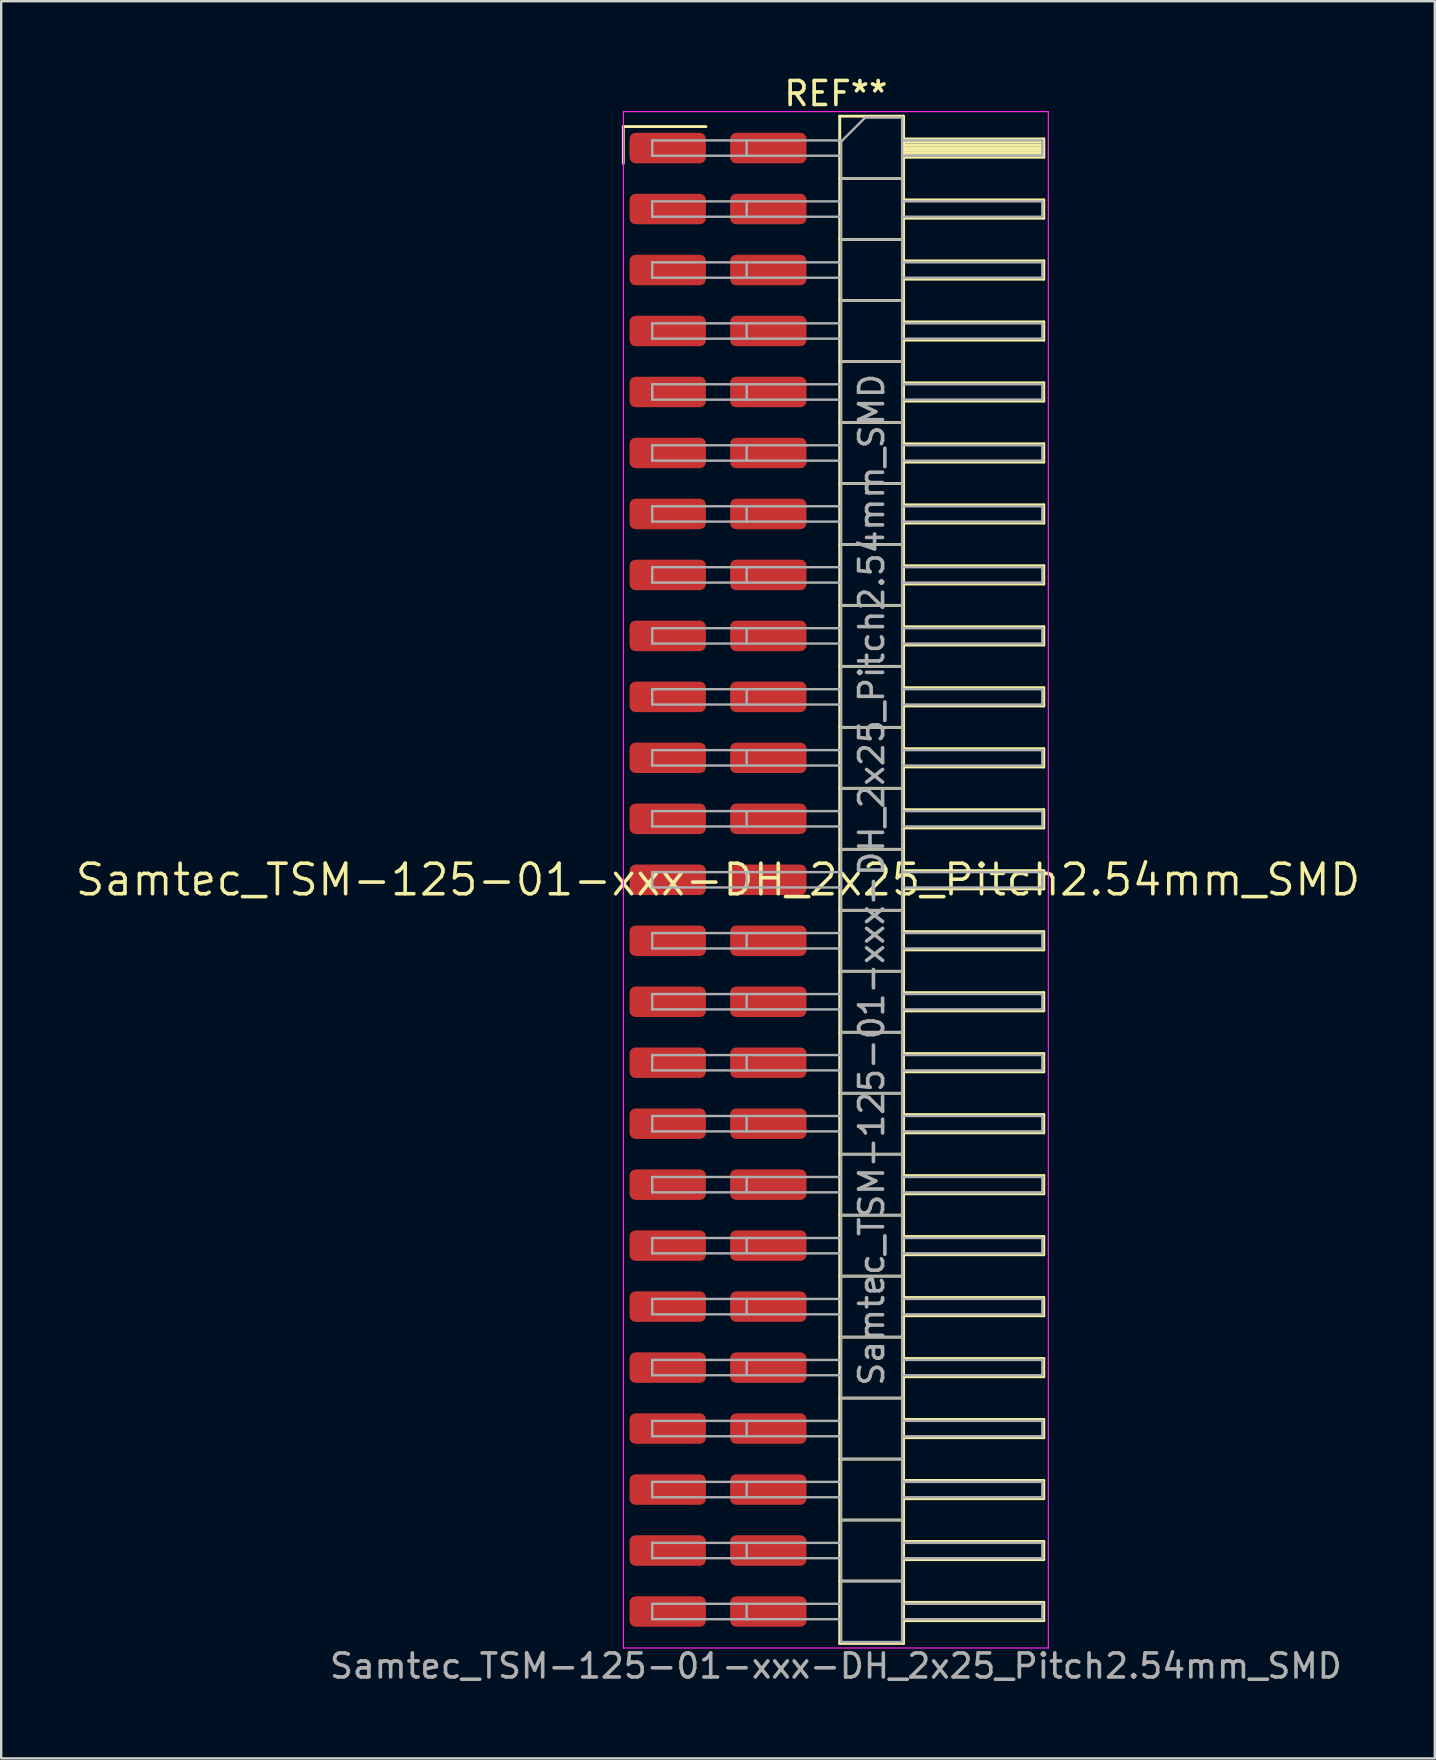
<source format=kicad_pcb>
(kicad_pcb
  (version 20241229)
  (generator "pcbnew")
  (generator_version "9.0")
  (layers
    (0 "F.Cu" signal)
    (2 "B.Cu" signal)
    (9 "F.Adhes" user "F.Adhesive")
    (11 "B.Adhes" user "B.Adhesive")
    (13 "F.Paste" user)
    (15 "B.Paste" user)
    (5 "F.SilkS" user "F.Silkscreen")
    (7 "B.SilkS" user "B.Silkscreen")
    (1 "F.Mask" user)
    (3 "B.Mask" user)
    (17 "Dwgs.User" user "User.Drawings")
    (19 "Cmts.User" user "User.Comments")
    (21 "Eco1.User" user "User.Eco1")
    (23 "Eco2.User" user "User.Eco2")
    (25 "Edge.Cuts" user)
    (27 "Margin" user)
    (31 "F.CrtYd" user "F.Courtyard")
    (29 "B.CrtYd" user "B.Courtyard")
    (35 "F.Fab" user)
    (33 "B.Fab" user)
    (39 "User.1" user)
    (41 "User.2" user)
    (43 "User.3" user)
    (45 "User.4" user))
  (footprint "Samtec_TSM-125-01-xxx-DH_2x25_Pitch2.54mm_SMD"
    (layer "F.Cu")
    (at 26.859 33.598)
    (property "Reference" "Samtec_TSM-125-01-xxx-DH_2x25_Pitch2.54mm_SMD" (at 0 0 0) (layer "F.SilkS") (effects (font (size 1.27 1.27) (thickness 0.15))))
    (attr smd)
    (fp_line (start -3.945 -31.375) (end -0.505 -31.375) (stroke (width 0.12) (type solid)) (layer "F.SilkS"))
    (fp_line (start -3.945 -29.845) (end -3.945 -31.375) (stroke (width 0.12) (type solid)) (layer "F.SilkS"))
    (fp_line (start 5.07 -31.81) (end 7.73 -31.81) (stroke (width 0.12) (type solid)) (layer "F.SilkS"))
    (fp_line (start 5.07 -29.21) (end 7.73 -29.21) (stroke (width 0.12) (type solid)) (layer "F.SilkS"))
    (fp_line (start 5.07 -26.67) (end 7.73 -26.67) (stroke (width 0.12) (type solid)) (layer "F.SilkS"))
    (fp_line (start 5.07 -24.13) (end 7.73 -24.13) (stroke (width 0.12) (type solid)) (layer "F.SilkS"))
    (fp_line (start 5.07 -21.59) (end 7.73 -21.59) (stroke (width 0.12) (type solid)) (layer "F.SilkS"))
    (fp_line (start 5.07 -19.05) (end 7.73 -19.05) (stroke (width 0.12) (type solid)) (layer "F.SilkS"))
    (fp_line (start 5.07 -16.51) (end 7.73 -16.51) (stroke (width 0.12) (type solid)) (layer "F.SilkS"))
    (fp_line (start 5.07 -13.97) (end 7.73 -13.97) (stroke (width 0.12) (type solid)) (layer "F.SilkS"))
    (fp_line (start 5.07 -11.43) (end 7.73 -11.43) (stroke (width 0.12) (type solid)) (layer "F.SilkS"))
    (fp_line (start 5.07 -8.89) (end 7.73 -8.89) (stroke (width 0.12) (type solid)) (layer "F.SilkS"))
    (fp_line (start 5.07 -6.35) (end 7.73 -6.35) (stroke (width 0.12) (type solid)) (layer "F.SilkS"))
    (fp_line (start 5.07 -3.81) (end 7.73 -3.81) (stroke (width 0.12) (type solid)) (layer "F.SilkS"))
    (fp_line (start 5.07 -1.27) (end 7.73 -1.27) (stroke (width 0.12) (type solid)) (layer "F.SilkS"))
    (fp_line (start 5.07 1.27) (end 7.73 1.27) (stroke (width 0.12) (type solid)) (layer "F.SilkS"))
    (fp_line (start 5.07 3.81) (end 7.73 3.81) (stroke (width 0.12) (type solid)) (layer "F.SilkS"))
    (fp_line (start 5.07 6.35) (end 7.73 6.35) (stroke (width 0.12) (type solid)) (layer "F.SilkS"))
    (fp_line (start 5.07 8.89) (end 7.73 8.89) (stroke (width 0.12) (type solid)) (layer "F.SilkS"))
    (fp_line (start 5.07 11.43) (end 7.73 11.43) (stroke (width 0.12) (type solid)) (layer "F.SilkS"))
    (fp_line (start 5.07 13.97) (end 7.73 13.97) (stroke (width 0.12) (type solid)) (layer "F.SilkS"))
    (fp_line (start 5.07 16.51) (end 7.73 16.51) (stroke (width 0.12) (type solid)) (layer "F.SilkS"))
    (fp_line (start 5.07 19.05) (end 7.73 19.05) (stroke (width 0.12) (type solid)) (layer "F.SilkS"))
    (fp_line (start 5.07 21.59) (end 7.73 21.59) (stroke (width 0.12) (type solid)) (layer "F.SilkS"))
    (fp_line (start 5.07 24.13) (end 7.73 24.13) (stroke (width 0.12) (type solid)) (layer "F.SilkS"))
    (fp_line (start 5.07 26.67) (end 7.73 26.67) (stroke (width 0.12) (type solid)) (layer "F.SilkS"))
    (fp_line (start 5.07 29.21) (end 7.73 29.21) (stroke (width 0.12) (type solid)) (layer "F.SilkS"))
    (fp_line (start 5.07 31.81) (end 5.07 -31.81) (stroke (width 0.12) (type solid)) (layer "F.SilkS"))
    (fp_line (start 7.73 -31.81) (end 7.73 31.81) (stroke (width 0.12) (type solid)) (layer "F.SilkS"))
    (fp_line (start 7.73 -30.86) (end 13.57 -30.86) (stroke (width 0.12) (type solid)) (layer "F.SilkS"))
    (fp_line (start 7.73 -30.74) (end 13.57 -30.74) (stroke (width 0.12) (type solid)) (layer "F.SilkS"))
    (fp_line (start 7.73 -30.62) (end 13.57 -30.62) (stroke (width 0.12) (type solid)) (layer "F.SilkS"))
    (fp_line (start 7.73 -30.5) (end 13.57 -30.5) (stroke (width 0.12) (type solid)) (layer "F.SilkS"))
    (fp_line (start 7.73 -30.38) (end 13.57 -30.38) (stroke (width 0.12) (type solid)) (layer "F.SilkS"))
    (fp_line (start 7.73 -30.26) (end 13.57 -30.26) (stroke (width 0.12) (type solid)) (layer "F.SilkS"))
    (fp_line (start 7.73 -30.14) (end 13.57 -30.14) (stroke (width 0.12) (type solid)) (layer "F.SilkS"))
    (fp_line (start 7.73 -30.1) (end 13.57 -30.1) (stroke (width 0.12) (type solid)) (layer "F.SilkS"))
    (fp_line (start 7.73 -28.32) (end 13.57 -28.32) (stroke (width 0.12) (type solid)) (layer "F.SilkS"))
    (fp_line (start 7.73 -27.56) (end 13.57 -27.56) (stroke (width 0.12) (type solid)) (layer "F.SilkS"))
    (fp_line (start 7.73 -25.78) (end 13.57 -25.78) (stroke (width 0.12) (type solid)) (layer "F.SilkS"))
    (fp_line (start 7.73 -25.02) (end 13.57 -25.02) (stroke (width 0.12) (type solid)) (layer "F.SilkS"))
    (fp_line (start 7.73 -23.24) (end 13.57 -23.24) (stroke (width 0.12) (type solid)) (layer "F.SilkS"))
    (fp_line (start 7.73 -22.48) (end 13.57 -22.48) (stroke (width 0.12) (type solid)) (layer "F.SilkS"))
    (fp_line (start 7.73 -20.7) (end 13.57 -20.7) (stroke (width 0.12) (type solid)) (layer "F.SilkS"))
    (fp_line (start 7.73 -19.94) (end 13.57 -19.94) (stroke (width 0.12) (type solid)) (layer "F.SilkS"))
    (fp_line (start 7.73 -18.16) (end 13.57 -18.16) (stroke (width 0.12) (type solid)) (layer "F.SilkS"))
    (fp_line (start 7.73 -17.4) (end 13.57 -17.4) (stroke (width 0.12) (type solid)) (layer "F.SilkS"))
    (fp_line (start 7.73 -15.62) (end 13.57 -15.62) (stroke (width 0.12) (type solid)) (layer "F.SilkS"))
    (fp_line (start 7.73 -14.86) (end 13.57 -14.86) (stroke (width 0.12) (type solid)) (layer "F.SilkS"))
    (fp_line (start 7.73 -13.08) (end 13.57 -13.08) (stroke (width 0.12) (type solid)) (layer "F.SilkS"))
    (fp_line (start 7.73 -12.32) (end 13.57 -12.32) (stroke (width 0.12) (type solid)) (layer "F.SilkS"))
    (fp_line (start 7.73 -10.54) (end 13.57 -10.54) (stroke (width 0.12) (type solid)) (layer "F.SilkS"))
    (fp_line (start 7.73 -9.78) (end 13.57 -9.78) (stroke (width 0.12) (type solid)) (layer "F.SilkS"))
    (fp_line (start 7.73 -8) (end 13.57 -8) (stroke (width 0.12) (type solid)) (layer "F.SilkS"))
    (fp_line (start 7.73 -7.24) (end 13.57 -7.24) (stroke (width 0.12) (type solid)) (layer "F.SilkS"))
    (fp_line (start 7.73 -5.46) (end 13.57 -5.46) (stroke (width 0.12) (type solid)) (layer "F.SilkS"))
    (fp_line (start 7.73 -4.7) (end 13.57 -4.7) (stroke (width 0.12) (type solid)) (layer "F.SilkS"))
    (fp_line (start 7.73 -2.92) (end 13.57 -2.92) (stroke (width 0.12) (type solid)) (layer "F.SilkS"))
    (fp_line (start 7.73 -2.16) (end 13.57 -2.16) (stroke (width 0.12) (type solid)) (layer "F.SilkS"))
    (fp_line (start 7.73 -0.38) (end 13.57 -0.38) (stroke (width 0.12) (type solid)) (layer "F.SilkS"))
    (fp_line (start 7.73 0.38) (end 13.57 0.38) (stroke (width 0.12) (type solid)) (layer "F.SilkS"))
    (fp_line (start 7.73 2.16) (end 13.57 2.16) (stroke (width 0.12) (type solid)) (layer "F.SilkS"))
    (fp_line (start 7.73 2.92) (end 13.57 2.92) (stroke (width 0.12) (type solid)) (layer "F.SilkS"))
    (fp_line (start 7.73 4.7) (end 13.57 4.7) (stroke (width 0.12) (type solid)) (layer "F.SilkS"))
    (fp_line (start 7.73 5.46) (end 13.57 5.46) (stroke (width 0.12) (type solid)) (layer "F.SilkS"))
    (fp_line (start 7.73 7.24) (end 13.57 7.24) (stroke (width 0.12) (type solid)) (layer "F.SilkS"))
    (fp_line (start 7.73 8) (end 13.57 8) (stroke (width 0.12) (type solid)) (layer "F.SilkS"))
    (fp_line (start 7.73 9.78) (end 13.57 9.78) (stroke (width 0.12) (type solid)) (layer "F.SilkS"))
    (fp_line (start 7.73 10.54) (end 13.57 10.54) (stroke (width 0.12) (type solid)) (layer "F.SilkS"))
    (fp_line (start 7.73 12.32) (end 13.57 12.32) (stroke (width 0.12) (type solid)) (layer "F.SilkS"))
    (fp_line (start 7.73 13.08) (end 13.57 13.08) (stroke (width 0.12) (type solid)) (layer "F.SilkS"))
    (fp_line (start 7.73 14.86) (end 13.57 14.86) (stroke (width 0.12) (type solid)) (layer "F.SilkS"))
    (fp_line (start 7.73 15.62) (end 13.57 15.62) (stroke (width 0.12) (type solid)) (layer "F.SilkS"))
    (fp_line (start 7.73 17.4) (end 13.57 17.4) (stroke (width 0.12) (type solid)) (layer "F.SilkS"))
    (fp_line (start 7.73 18.16) (end 13.57 18.16) (stroke (width 0.12) (type solid)) (layer "F.SilkS"))
    (fp_line (start 7.73 19.94) (end 13.57 19.94) (stroke (width 0.12) (type solid)) (layer "F.SilkS"))
    (fp_line (start 7.73 20.7) (end 13.57 20.7) (stroke (width 0.12) (type solid)) (layer "F.SilkS"))
    (fp_line (start 7.73 22.48) (end 13.57 22.48) (stroke (width 0.12) (type solid)) (layer "F.SilkS"))
    (fp_line (start 7.73 23.24) (end 13.57 23.24) (stroke (width 0.12) (type solid)) (layer "F.SilkS"))
    (fp_line (start 7.73 25.02) (end 13.57 25.02) (stroke (width 0.12) (type solid)) (layer "F.SilkS"))
    (fp_line (start 7.73 25.78) (end 13.57 25.78) (stroke (width 0.12) (type solid)) (layer "F.SilkS"))
    (fp_line (start 7.73 27.56) (end 13.57 27.56) (stroke (width 0.12) (type solid)) (layer "F.SilkS"))
    (fp_line (start 7.73 28.32) (end 13.57 28.32) (stroke (width 0.12) (type solid)) (layer "F.SilkS"))
    (fp_line (start 7.73 30.1) (end 13.57 30.1) (stroke (width 0.12) (type solid)) (layer "F.SilkS"))
    (fp_line (start 7.73 30.86) (end 13.57 30.86) (stroke (width 0.12) (type solid)) (layer "F.SilkS"))
    (fp_line (start 7.73 31.81) (end 5.07 31.81) (stroke (width 0.12) (type solid)) (layer "F.SilkS"))
    (fp_line (start 13.57 -30.86) (end 13.57 -30.1) (stroke (width 0.12) (type solid)) (layer "F.SilkS"))
    (fp_line (start 13.57 -28.32) (end 13.57 -27.56) (stroke (width 0.12) (type solid)) (layer "F.SilkS"))
    (fp_line (start 13.57 -25.78) (end 13.57 -25.02) (stroke (width 0.12) (type solid)) (layer "F.SilkS"))
    (fp_line (start 13.57 -23.24) (end 13.57 -22.48) (stroke (width 0.12) (type solid)) (layer "F.SilkS"))
    (fp_line (start 13.57 -20.7) (end 13.57 -19.94) (stroke (width 0.12) (type solid)) (layer "F.SilkS"))
    (fp_line (start 13.57 -18.16) (end 13.57 -17.4) (stroke (width 0.12) (type solid)) (layer "F.SilkS"))
    (fp_line (start 13.57 -15.62) (end 13.57 -14.86) (stroke (width 0.12) (type solid)) (layer "F.SilkS"))
    (fp_line (start 13.57 -13.08) (end 13.57 -12.32) (stroke (width 0.12) (type solid)) (layer "F.SilkS"))
    (fp_line (start 13.57 -10.54) (end 13.57 -9.78) (stroke (width 0.12) (type solid)) (layer "F.SilkS"))
    (fp_line (start 13.57 -8) (end 13.57 -7.24) (stroke (width 0.12) (type solid)) (layer "F.SilkS"))
    (fp_line (start 13.57 -5.46) (end 13.57 -4.7) (stroke (width 0.12) (type solid)) (layer "F.SilkS"))
    (fp_line (start 13.57 -2.92) (end 13.57 -2.16) (stroke (width 0.12) (type solid)) (layer "F.SilkS"))
    (fp_line (start 13.57 -0.38) (end 13.57 0.38) (stroke (width 0.12) (type solid)) (layer "F.SilkS"))
    (fp_line (start 13.57 2.16) (end 13.57 2.92) (stroke (width 0.12) (type solid)) (layer "F.SilkS"))
    (fp_line (start 13.57 4.7) (end 13.57 5.46) (stroke (width 0.12) (type solid)) (layer "F.SilkS"))
    (fp_line (start 13.57 7.24) (end 13.57 8) (stroke (width 0.12) (type solid)) (layer "F.SilkS"))
    (fp_line (start 13.57 9.78) (end 13.57 10.54) (stroke (width 0.12) (type solid)) (layer "F.SilkS"))
    (fp_line (start 13.57 12.32) (end 13.57 13.08) (stroke (width 0.12) (type solid)) (layer "F.SilkS"))
    (fp_line (start 13.57 14.86) (end 13.57 15.62) (stroke (width 0.12) (type solid)) (layer "F.SilkS"))
    (fp_line (start 13.57 17.4) (end 13.57 18.16) (stroke (width 0.12) (type solid)) (layer "F.SilkS"))
    (fp_line (start 13.57 19.94) (end 13.57 20.7) (stroke (width 0.12) (type solid)) (layer "F.SilkS"))
    (fp_line (start 13.57 22.48) (end 13.57 23.24) (stroke (width 0.12) (type solid)) (layer "F.SilkS"))
    (fp_line (start 13.57 25.02) (end 13.57 25.78) (stroke (width 0.12) (type solid)) (layer "F.SilkS"))
    (fp_line (start 13.57 27.56) (end 13.57 28.32) (stroke (width 0.12) (type solid)) (layer "F.SilkS"))
    (fp_line (start 13.57 30.1) (end 13.57 30.86) (stroke (width 0.12) (type solid)) (layer "F.SilkS"))
    (fp_line (start -3.94 -32) (end 13.76 -32) (stroke (width 0.05) (type solid)) (layer "F.CrtYd"))
    (fp_line (start -3.94 32) (end -3.94 -32) (stroke (width 0.05) (type solid)) (layer "F.CrtYd"))
    (fp_line (start 13.76 -32) (end 13.76 32) (stroke (width 0.05) (type solid)) (layer "F.CrtYd"))
    (fp_line (start 13.76 32) (end -3.94 32) (stroke (width 0.05) (type solid)) (layer "F.CrtYd"))
    (fp_line (start -2.74 -30.8) (end -2.74 -30.16) (stroke (width 0.1) (type solid)) (layer "F.Fab"))
    (fp_line (start -2.74 -30.8) (end 5.13 -30.8) (stroke (width 0.1) (type solid)) (layer "F.Fab"))
    (fp_line (start -2.74 -30.16) (end 5.13 -30.16) (stroke (width 0.1) (type solid)) (layer "F.Fab"))
    (fp_line (start -2.74 -28.26) (end -2.74 -27.62) (stroke (width 0.1) (type solid)) (layer "F.Fab"))
    (fp_line (start -2.74 -28.26) (end 5.13 -28.26) (stroke (width 0.1) (type solid)) (layer "F.Fab"))
    (fp_line (start -2.74 -27.62) (end 5.13 -27.62) (stroke (width 0.1) (type solid)) (layer "F.Fab"))
    (fp_line (start -2.74 -25.72) (end -2.74 -25.08) (stroke (width 0.1) (type solid)) (layer "F.Fab"))
    (fp_line (start -2.74 -25.72) (end 5.13 -25.72) (stroke (width 0.1) (type solid)) (layer "F.Fab"))
    (fp_line (start -2.74 -25.08) (end 5.13 -25.08) (stroke (width 0.1) (type solid)) (layer "F.Fab"))
    (fp_line (start -2.74 -23.18) (end -2.74 -22.54) (stroke (width 0.1) (type solid)) (layer "F.Fab"))
    (fp_line (start -2.74 -23.18) (end 5.13 -23.18) (stroke (width 0.1) (type solid)) (layer "F.Fab"))
    (fp_line (start -2.74 -22.54) (end 5.13 -22.54) (stroke (width 0.1) (type solid)) (layer "F.Fab"))
    (fp_line (start -2.74 -20.64) (end -2.74 -20) (stroke (width 0.1) (type solid)) (layer "F.Fab"))
    (fp_line (start -2.74 -20.64) (end 5.13 -20.64) (stroke (width 0.1) (type solid)) (layer "F.Fab"))
    (fp_line (start -2.74 -20) (end 5.13 -20) (stroke (width 0.1) (type solid)) (layer "F.Fab"))
    (fp_line (start -2.74 -18.1) (end -2.74 -17.46) (stroke (width 0.1) (type solid)) (layer "F.Fab"))
    (fp_line (start -2.74 -18.1) (end 5.13 -18.1) (stroke (width 0.1) (type solid)) (layer "F.Fab"))
    (fp_line (start -2.74 -17.46) (end 5.13 -17.46) (stroke (width 0.1) (type solid)) (layer "F.Fab"))
    (fp_line (start -2.74 -15.56) (end -2.74 -14.92) (stroke (width 0.1) (type solid)) (layer "F.Fab"))
    (fp_line (start -2.74 -15.56) (end 5.13 -15.56) (stroke (width 0.1) (type solid)) (layer "F.Fab"))
    (fp_line (start -2.74 -14.92) (end 5.13 -14.92) (stroke (width 0.1) (type solid)) (layer "F.Fab"))
    (fp_line (start -2.74 -13.02) (end -2.74 -12.38) (stroke (width 0.1) (type solid)) (layer "F.Fab"))
    (fp_line (start -2.74 -13.02) (end 5.13 -13.02) (stroke (width 0.1) (type solid)) (layer "F.Fab"))
    (fp_line (start -2.74 -12.38) (end 5.13 -12.38) (stroke (width 0.1) (type solid)) (layer "F.Fab"))
    (fp_line (start -2.74 -10.48) (end -2.74 -9.84) (stroke (width 0.1) (type solid)) (layer "F.Fab"))
    (fp_line (start -2.74 -10.48) (end 5.13 -10.48) (stroke (width 0.1) (type solid)) (layer "F.Fab"))
    (fp_line (start -2.74 -9.84) (end 5.13 -9.84) (stroke (width 0.1) (type solid)) (layer "F.Fab"))
    (fp_line (start -2.74 -7.94) (end -2.74 -7.3) (stroke (width 0.1) (type solid)) (layer "F.Fab"))
    (fp_line (start -2.74 -7.94) (end 5.13 -7.94) (stroke (width 0.1) (type solid)) (layer "F.Fab"))
    (fp_line (start -2.74 -7.3) (end 5.13 -7.3) (stroke (width 0.1) (type solid)) (layer "F.Fab"))
    (fp_line (start -2.74 -5.4) (end -2.74 -4.76) (stroke (width 0.1) (type solid)) (layer "F.Fab"))
    (fp_line (start -2.74 -5.4) (end 5.13 -5.4) (stroke (width 0.1) (type solid)) (layer "F.Fab"))
    (fp_line (start -2.74 -4.76) (end 5.13 -4.76) (stroke (width 0.1) (type solid)) (layer "F.Fab"))
    (fp_line (start -2.74 -2.86) (end -2.74 -2.22) (stroke (width 0.1) (type solid)) (layer "F.Fab"))
    (fp_line (start -2.74 -2.86) (end 5.13 -2.86) (stroke (width 0.1) (type solid)) (layer "F.Fab"))
    (fp_line (start -2.74 -2.22) (end 5.13 -2.22) (stroke (width 0.1) (type solid)) (layer "F.Fab"))
    (fp_line (start -2.74 -0.32) (end -2.74 0.32) (stroke (width 0.1) (type solid)) (layer "F.Fab"))
    (fp_line (start -2.74 -0.32) (end 5.13 -0.32) (stroke (width 0.1) (type solid)) (layer "F.Fab"))
    (fp_line (start -2.74 0.32) (end 5.13 0.32) (stroke (width 0.1) (type solid)) (layer "F.Fab"))
    (fp_line (start -2.74 2.22) (end -2.74 2.86) (stroke (width 0.1) (type solid)) (layer "F.Fab"))
    (fp_line (start -2.74 2.22) (end 5.13 2.22) (stroke (width 0.1) (type solid)) (layer "F.Fab"))
    (fp_line (start -2.74 2.86) (end 5.13 2.86) (stroke (width 0.1) (type solid)) (layer "F.Fab"))
    (fp_line (start -2.74 4.76) (end -2.74 5.4) (stroke (width 0.1) (type solid)) (layer "F.Fab"))
    (fp_line (start -2.74 4.76) (end 5.13 4.76) (stroke (width 0.1) (type solid)) (layer "F.Fab"))
    (fp_line (start -2.74 5.4) (end 5.13 5.4) (stroke (width 0.1) (type solid)) (layer "F.Fab"))
    (fp_line (start -2.74 7.3) (end -2.74 7.94) (stroke (width 0.1) (type solid)) (layer "F.Fab"))
    (fp_line (start -2.74 7.3) (end 5.13 7.3) (stroke (width 0.1) (type solid)) (layer "F.Fab"))
    (fp_line (start -2.74 7.94) (end 5.13 7.94) (stroke (width 0.1) (type solid)) (layer "F.Fab"))
    (fp_line (start -2.74 9.84) (end -2.74 10.48) (stroke (width 0.1) (type solid)) (layer "F.Fab"))
    (fp_line (start -2.74 9.84) (end 5.13 9.84) (stroke (width 0.1) (type solid)) (layer "F.Fab"))
    (fp_line (start -2.74 10.48) (end 5.13 10.48) (stroke (width 0.1) (type solid)) (layer "F.Fab"))
    (fp_line (start -2.74 12.38) (end -2.74 13.02) (stroke (width 0.1) (type solid)) (layer "F.Fab"))
    (fp_line (start -2.74 12.38) (end 5.13 12.38) (stroke (width 0.1) (type solid)) (layer "F.Fab"))
    (fp_line (start -2.74 13.02) (end 5.13 13.02) (stroke (width 0.1) (type solid)) (layer "F.Fab"))
    (fp_line (start -2.74 14.92) (end -2.74 15.56) (stroke (width 0.1) (type solid)) (layer "F.Fab"))
    (fp_line (start -2.74 14.92) (end 5.13 14.92) (stroke (width 0.1) (type solid)) (layer "F.Fab"))
    (fp_line (start -2.74 15.56) (end 5.13 15.56) (stroke (width 0.1) (type solid)) (layer "F.Fab"))
    (fp_line (start -2.74 17.46) (end -2.74 18.1) (stroke (width 0.1) (type solid)) (layer "F.Fab"))
    (fp_line (start -2.74 17.46) (end 5.13 17.46) (stroke (width 0.1) (type solid)) (layer "F.Fab"))
    (fp_line (start -2.74 18.1) (end 5.13 18.1) (stroke (width 0.1) (type solid)) (layer "F.Fab"))
    (fp_line (start -2.74 20) (end -2.74 20.64) (stroke (width 0.1) (type solid)) (layer "F.Fab"))
    (fp_line (start -2.74 20) (end 5.13 20) (stroke (width 0.1) (type solid)) (layer "F.Fab"))
    (fp_line (start -2.74 20.64) (end 5.13 20.64) (stroke (width 0.1) (type solid)) (layer "F.Fab"))
    (fp_line (start -2.74 22.54) (end -2.74 23.18) (stroke (width 0.1) (type solid)) (layer "F.Fab"))
    (fp_line (start -2.74 22.54) (end 5.13 22.54) (stroke (width 0.1) (type solid)) (layer "F.Fab"))
    (fp_line (start -2.74 23.18) (end 5.13 23.18) (stroke (width 0.1) (type solid)) (layer "F.Fab"))
    (fp_line (start -2.74 25.08) (end -2.74 25.72) (stroke (width 0.1) (type solid)) (layer "F.Fab"))
    (fp_line (start -2.74 25.08) (end 5.13 25.08) (stroke (width 0.1) (type solid)) (layer "F.Fab"))
    (fp_line (start -2.74 25.72) (end 5.13 25.72) (stroke (width 0.1) (type solid)) (layer "F.Fab"))
    (fp_line (start -2.74 27.62) (end -2.74 28.26) (stroke (width 0.1) (type solid)) (layer "F.Fab"))
    (fp_line (start -2.74 27.62) (end 5.13 27.62) (stroke (width 0.1) (type solid)) (layer "F.Fab"))
    (fp_line (start -2.74 28.26) (end 5.13 28.26) (stroke (width 0.1) (type solid)) (layer "F.Fab"))
    (fp_line (start -2.74 30.16) (end -2.74 30.8) (stroke (width 0.1) (type solid)) (layer "F.Fab"))
    (fp_line (start -2.74 30.16) (end 5.13 30.16) (stroke (width 0.1) (type solid)) (layer "F.Fab"))
    (fp_line (start -2.74 30.8) (end 5.13 30.8) (stroke (width 0.1) (type solid)) (layer "F.Fab"))
    (fp_line (start 1.195 -30.8) (end 1.195 -30.16) (stroke (width 0.1) (type solid)) (layer "F.Fab"))
    (fp_line (start 1.195 -28.26) (end 1.195 -27.62) (stroke (width 0.1) (type solid)) (layer "F.Fab"))
    (fp_line (start 1.195 -25.72) (end 1.195 -25.08) (stroke (width 0.1) (type solid)) (layer "F.Fab"))
    (fp_line (start 1.195 -23.18) (end 1.195 -22.54) (stroke (width 0.1) (type solid)) (layer "F.Fab"))
    (fp_line (start 1.195 -20.64) (end 1.195 -20) (stroke (width 0.1) (type solid)) (layer "F.Fab"))
    (fp_line (start 1.195 -18.1) (end 1.195 -17.46) (stroke (width 0.1) (type solid)) (layer "F.Fab"))
    (fp_line (start 1.195 -15.56) (end 1.195 -14.92) (stroke (width 0.1) (type solid)) (layer "F.Fab"))
    (fp_line (start 1.195 -13.02) (end 1.195 -12.38) (stroke (width 0.1) (type solid)) (layer "F.Fab"))
    (fp_line (start 1.195 -10.48) (end 1.195 -9.84) (stroke (width 0.1) (type solid)) (layer "F.Fab"))
    (fp_line (start 1.195 -7.94) (end 1.195 -7.3) (stroke (width 0.1) (type solid)) (layer "F.Fab"))
    (fp_line (start 1.195 -5.4) (end 1.195 -4.76) (stroke (width 0.1) (type solid)) (layer "F.Fab"))
    (fp_line (start 1.195 -2.86) (end 1.195 -2.22) (stroke (width 0.1) (type solid)) (layer "F.Fab"))
    (fp_line (start 1.195 -0.32) (end 1.195 0.32) (stroke (width 0.1) (type solid)) (layer "F.Fab"))
    (fp_line (start 1.195 2.22) (end 1.195 2.86) (stroke (width 0.1) (type solid)) (layer "F.Fab"))
    (fp_line (start 1.195 4.76) (end 1.195 5.4) (stroke (width 0.1) (type solid)) (layer "F.Fab"))
    (fp_line (start 1.195 7.3) (end 1.195 7.94) (stroke (width 0.1) (type solid)) (layer "F.Fab"))
    (fp_line (start 1.195 9.84) (end 1.195 10.48) (stroke (width 0.1) (type solid)) (layer "F.Fab"))
    (fp_line (start 1.195 12.38) (end 1.195 13.02) (stroke (width 0.1) (type solid)) (layer "F.Fab"))
    (fp_line (start 1.195 14.92) (end 1.195 15.56) (stroke (width 0.1) (type solid)) (layer "F.Fab"))
    (fp_line (start 1.195 17.46) (end 1.195 18.1) (stroke (width 0.1) (type solid)) (layer "F.Fab"))
    (fp_line (start 1.195 20) (end 1.195 20.64) (stroke (width 0.1) (type solid)) (layer "F.Fab"))
    (fp_line (start 1.195 22.54) (end 1.195 23.18) (stroke (width 0.1) (type solid)) (layer "F.Fab"))
    (fp_line (start 1.195 25.08) (end 1.195 25.72) (stroke (width 0.1) (type solid)) (layer "F.Fab"))
    (fp_line (start 1.195 27.62) (end 1.195 28.26) (stroke (width 0.1) (type solid)) (layer "F.Fab"))
    (fp_line (start 1.195 30.16) (end 1.195 30.8) (stroke (width 0.1) (type solid)) (layer "F.Fab"))
    (fp_line (start 5.13 -30.75) (end 6.13 -31.75) (stroke (width 0.1) (type solid)) (layer "F.Fab"))
    (fp_line (start 5.13 -29.21) (end 7.67 -29.21) (stroke (width 0.1) (type solid)) (layer "F.Fab"))
    (fp_line (start 5.13 -26.67) (end 7.67 -26.67) (stroke (width 0.1) (type solid)) (layer "F.Fab"))
    (fp_line (start 5.13 -24.13) (end 7.67 -24.13) (stroke (width 0.1) (type solid)) (layer "F.Fab"))
    (fp_line (start 5.13 -21.59) (end 7.67 -21.59) (stroke (width 0.1) (type solid)) (layer "F.Fab"))
    (fp_line (start 5.13 -19.05) (end 7.67 -19.05) (stroke (width 0.1) (type solid)) (layer "F.Fab"))
    (fp_line (start 5.13 -16.51) (end 7.67 -16.51) (stroke (width 0.1) (type solid)) (layer "F.Fab"))
    (fp_line (start 5.13 -13.97) (end 7.67 -13.97) (stroke (width 0.1) (type solid)) (layer "F.Fab"))
    (fp_line (start 5.13 -11.43) (end 7.67 -11.43) (stroke (width 0.1) (type solid)) (layer "F.Fab"))
    (fp_line (start 5.13 -8.89) (end 7.67 -8.89) (stroke (width 0.1) (type solid)) (layer "F.Fab"))
    (fp_line (start 5.13 -6.35) (end 7.67 -6.35) (stroke (width 0.1) (type solid)) (layer "F.Fab"))
    (fp_line (start 5.13 -3.81) (end 7.67 -3.81) (stroke (width 0.1) (type solid)) (layer "F.Fab"))
    (fp_line (start 5.13 -1.27) (end 7.67 -1.27) (stroke (width 0.1) (type solid)) (layer "F.Fab"))
    (fp_line (start 5.13 1.27) (end 7.67 1.27) (stroke (width 0.1) (type solid)) (layer "F.Fab"))
    (fp_line (start 5.13 3.81) (end 7.67 3.81) (stroke (width 0.1) (type solid)) (layer "F.Fab"))
    (fp_line (start 5.13 6.35) (end 7.67 6.35) (stroke (width 0.1) (type solid)) (layer "F.Fab"))
    (fp_line (start 5.13 8.89) (end 7.67 8.89) (stroke (width 0.1) (type solid)) (layer "F.Fab"))
    (fp_line (start 5.13 11.43) (end 7.67 11.43) (stroke (width 0.1) (type solid)) (layer "F.Fab"))
    (fp_line (start 5.13 13.97) (end 7.67 13.97) (stroke (width 0.1) (type solid)) (layer "F.Fab"))
    (fp_line (start 5.13 16.51) (end 7.67 16.51) (stroke (width 0.1) (type solid)) (layer "F.Fab"))
    (fp_line (start 5.13 19.05) (end 7.67 19.05) (stroke (width 0.1) (type solid)) (layer "F.Fab"))
    (fp_line (start 5.13 21.59) (end 7.67 21.59) (stroke (width 0.1) (type solid)) (layer "F.Fab"))
    (fp_line (start 5.13 24.13) (end 7.67 24.13) (stroke (width 0.1) (type solid)) (layer "F.Fab"))
    (fp_line (start 5.13 26.67) (end 7.67 26.67) (stroke (width 0.1) (type solid)) (layer "F.Fab"))
    (fp_line (start 5.13 29.21) (end 7.67 29.21) (stroke (width 0.1) (type solid)) (layer "F.Fab"))
    (fp_line (start 5.13 31.75) (end 5.13 -30.75) (stroke (width 0.1) (type solid)) (layer "F.Fab"))
    (fp_line (start 6.13 -31.75) (end 7.67 -31.75) (stroke (width 0.1) (type solid)) (layer "F.Fab"))
    (fp_line (start 7.67 -31.75) (end 7.67 31.75) (stroke (width 0.1) (type solid)) (layer "F.Fab"))
    (fp_line (start 7.67 -30.8) (end 13.51 -30.8) (stroke (width 0.1) (type solid)) (layer "F.Fab"))
    (fp_line (start 7.67 -30.16) (end 13.51 -30.16) (stroke (width 0.1) (type solid)) (layer "F.Fab"))
    (fp_line (start 7.67 -28.26) (end 13.51 -28.26) (stroke (width 0.1) (type solid)) (layer "F.Fab"))
    (fp_line (start 7.67 -27.62) (end 13.51 -27.62) (stroke (width 0.1) (type solid)) (layer "F.Fab"))
    (fp_line (start 7.67 -25.72) (end 13.51 -25.72) (stroke (width 0.1) (type solid)) (layer "F.Fab"))
    (fp_line (start 7.67 -25.08) (end 13.51 -25.08) (stroke (width 0.1) (type solid)) (layer "F.Fab"))
    (fp_line (start 7.67 -23.18) (end 13.51 -23.18) (stroke (width 0.1) (type solid)) (layer "F.Fab"))
    (fp_line (start 7.67 -22.54) (end 13.51 -22.54) (stroke (width 0.1) (type solid)) (layer "F.Fab"))
    (fp_line (start 7.67 -20.64) (end 13.51 -20.64) (stroke (width 0.1) (type solid)) (layer "F.Fab"))
    (fp_line (start 7.67 -20) (end 13.51 -20) (stroke (width 0.1) (type solid)) (layer "F.Fab"))
    (fp_line (start 7.67 -18.1) (end 13.51 -18.1) (stroke (width 0.1) (type solid)) (layer "F.Fab"))
    (fp_line (start 7.67 -17.46) (end 13.51 -17.46) (stroke (width 0.1) (type solid)) (layer "F.Fab"))
    (fp_line (start 7.67 -15.56) (end 13.51 -15.56) (stroke (width 0.1) (type solid)) (layer "F.Fab"))
    (fp_line (start 7.67 -14.92) (end 13.51 -14.92) (stroke (width 0.1) (type solid)) (layer "F.Fab"))
    (fp_line (start 7.67 -13.02) (end 13.51 -13.02) (stroke (width 0.1) (type solid)) (layer "F.Fab"))
    (fp_line (start 7.67 -12.38) (end 13.51 -12.38) (stroke (width 0.1) (type solid)) (layer "F.Fab"))
    (fp_line (start 7.67 -10.48) (end 13.51 -10.48) (stroke (width 0.1) (type solid)) (layer "F.Fab"))
    (fp_line (start 7.67 -9.84) (end 13.51 -9.84) (stroke (width 0.1) (type solid)) (layer "F.Fab"))
    (fp_line (start 7.67 -7.94) (end 13.51 -7.94) (stroke (width 0.1) (type solid)) (layer "F.Fab"))
    (fp_line (start 7.67 -7.3) (end 13.51 -7.3) (stroke (width 0.1) (type solid)) (layer "F.Fab"))
    (fp_line (start 7.67 -5.4) (end 13.51 -5.4) (stroke (width 0.1) (type solid)) (layer "F.Fab"))
    (fp_line (start 7.67 -4.76) (end 13.51 -4.76) (stroke (width 0.1) (type solid)) (layer "F.Fab"))
    (fp_line (start 7.67 -2.86) (end 13.51 -2.86) (stroke (width 0.1) (type solid)) (layer "F.Fab"))
    (fp_line (start 7.67 -2.22) (end 13.51 -2.22) (stroke (width 0.1) (type solid)) (layer "F.Fab"))
    (fp_line (start 7.67 -0.32) (end 13.51 -0.32) (stroke (width 0.1) (type solid)) (layer "F.Fab"))
    (fp_line (start 7.67 0.32) (end 13.51 0.32) (stroke (width 0.1) (type solid)) (layer "F.Fab"))
    (fp_line (start 7.67 2.22) (end 13.51 2.22) (stroke (width 0.1) (type solid)) (layer "F.Fab"))
    (fp_line (start 7.67 2.86) (end 13.51 2.86) (stroke (width 0.1) (type solid)) (layer "F.Fab"))
    (fp_line (start 7.67 4.76) (end 13.51 4.76) (stroke (width 0.1) (type solid)) (layer "F.Fab"))
    (fp_line (start 7.67 5.4) (end 13.51 5.4) (stroke (width 0.1) (type solid)) (layer "F.Fab"))
    (fp_line (start 7.67 7.3) (end 13.51 7.3) (stroke (width 0.1) (type solid)) (layer "F.Fab"))
    (fp_line (start 7.67 7.94) (end 13.51 7.94) (stroke (width 0.1) (type solid)) (layer "F.Fab"))
    (fp_line (start 7.67 9.84) (end 13.51 9.84) (stroke (width 0.1) (type solid)) (layer "F.Fab"))
    (fp_line (start 7.67 10.48) (end 13.51 10.48) (stroke (width 0.1) (type solid)) (layer "F.Fab"))
    (fp_line (start 7.67 12.38) (end 13.51 12.38) (stroke (width 0.1) (type solid)) (layer "F.Fab"))
    (fp_line (start 7.67 13.02) (end 13.51 13.02) (stroke (width 0.1) (type solid)) (layer "F.Fab"))
    (fp_line (start 7.67 14.92) (end 13.51 14.92) (stroke (width 0.1) (type solid)) (layer "F.Fab"))
    (fp_line (start 7.67 15.56) (end 13.51 15.56) (stroke (width 0.1) (type solid)) (layer "F.Fab"))
    (fp_line (start 7.67 17.46) (end 13.51 17.46) (stroke (width 0.1) (type solid)) (layer "F.Fab"))
    (fp_line (start 7.67 18.1) (end 13.51 18.1) (stroke (width 0.1) (type solid)) (layer "F.Fab"))
    (fp_line (start 7.67 20) (end 13.51 20) (stroke (width 0.1) (type solid)) (layer "F.Fab"))
    (fp_line (start 7.67 20.64) (end 13.51 20.64) (stroke (width 0.1) (type solid)) (layer "F.Fab"))
    (fp_line (start 7.67 22.54) (end 13.51 22.54) (stroke (width 0.1) (type solid)) (layer "F.Fab"))
    (fp_line (start 7.67 23.18) (end 13.51 23.18) (stroke (width 0.1) (type solid)) (layer "F.Fab"))
    (fp_line (start 7.67 25.08) (end 13.51 25.08) (stroke (width 0.1) (type solid)) (layer "F.Fab"))
    (fp_line (start 7.67 25.72) (end 13.51 25.72) (stroke (width 0.1) (type solid)) (layer "F.Fab"))
    (fp_line (start 7.67 27.62) (end 13.51 27.62) (stroke (width 0.1) (type solid)) (layer "F.Fab"))
    (fp_line (start 7.67 28.26) (end 13.51 28.26) (stroke (width 0.1) (type solid)) (layer "F.Fab"))
    (fp_line (start 7.67 30.16) (end 13.51 30.16) (stroke (width 0.1) (type solid)) (layer "F.Fab"))
    (fp_line (start 7.67 30.8) (end 13.51 30.8) (stroke (width 0.1) (type solid)) (layer "F.Fab"))
    (fp_line (start 7.67 31.75) (end 5.13 31.75) (stroke (width 0.1) (type solid)) (layer "F.Fab"))
    (fp_line (start 13.51 -30.8) (end 13.51 -30.16) (stroke (width 0.1) (type solid)) (layer "F.Fab"))
    (fp_line (start 13.51 -28.26) (end 13.51 -27.62) (stroke (width 0.1) (type solid)) (layer "F.Fab"))
    (fp_line (start 13.51 -25.72) (end 13.51 -25.08) (stroke (width 0.1) (type solid)) (layer "F.Fab"))
    (fp_line (start 13.51 -23.18) (end 13.51 -22.54) (stroke (width 0.1) (type solid)) (layer "F.Fab"))
    (fp_line (start 13.51 -20.64) (end 13.51 -20) (stroke (width 0.1) (type solid)) (layer "F.Fab"))
    (fp_line (start 13.51 -18.1) (end 13.51 -17.46) (stroke (width 0.1) (type solid)) (layer "F.Fab"))
    (fp_line (start 13.51 -15.56) (end 13.51 -14.92) (stroke (width 0.1) (type solid)) (layer "F.Fab"))
    (fp_line (start 13.51 -13.02) (end 13.51 -12.38) (stroke (width 0.1) (type solid)) (layer "F.Fab"))
    (fp_line (start 13.51 -10.48) (end 13.51 -9.84) (stroke (width 0.1) (type solid)) (layer "F.Fab"))
    (fp_line (start 13.51 -7.94) (end 13.51 -7.3) (stroke (width 0.1) (type solid)) (layer "F.Fab"))
    (fp_line (start 13.51 -5.4) (end 13.51 -4.76) (stroke (width 0.1) (type solid)) (layer "F.Fab"))
    (fp_line (start 13.51 -2.86) (end 13.51 -2.22) (stroke (width 0.1) (type solid)) (layer "F.Fab"))
    (fp_line (start 13.51 -0.32) (end 13.51 0.32) (stroke (width 0.1) (type solid)) (layer "F.Fab"))
    (fp_line (start 13.51 2.22) (end 13.51 2.86) (stroke (width 0.1) (type solid)) (layer "F.Fab"))
    (fp_line (start 13.51 4.76) (end 13.51 5.4) (stroke (width 0.1) (type solid)) (layer "F.Fab"))
    (fp_line (start 13.51 7.3) (end 13.51 7.94) (stroke (width 0.1) (type solid)) (layer "F.Fab"))
    (fp_line (start 13.51 9.84) (end 13.51 10.48) (stroke (width 0.1) (type solid)) (layer "F.Fab"))
    (fp_line (start 13.51 12.38) (end 13.51 13.02) (stroke (width 0.1) (type solid)) (layer "F.Fab"))
    (fp_line (start 13.51 14.92) (end 13.51 15.56) (stroke (width 0.1) (type solid)) (layer "F.Fab"))
    (fp_line (start 13.51 17.46) (end 13.51 18.1) (stroke (width 0.1) (type solid)) (layer "F.Fab"))
    (fp_line (start 13.51 20) (end 13.51 20.64) (stroke (width 0.1) (type solid)) (layer "F.Fab"))
    (fp_line (start 13.51 22.54) (end 13.51 23.18) (stroke (width 0.1) (type solid)) (layer "F.Fab"))
    (fp_line (start 13.51 25.08) (end 13.51 25.72) (stroke (width 0.1) (type solid)) (layer "F.Fab"))
    (fp_line (start 13.51 27.62) (end 13.51 28.26) (stroke (width 0.1) (type solid)) (layer "F.Fab"))
    (fp_line (start 13.51 30.16) (end 13.51 30.8) (stroke (width 0.1) (type solid)) (layer "F.Fab"))
    (fp_text user "REF**" (at 4.91 -32.75 0) (layer "F.SilkS") (effects (font (size 1 1) (thickness 0.15))))
    (fp_text user "Samtec_TSM-125-01-xxx-DH_2x25_Pitch2.54mm_SMD" (at 4.91 32.75 0) (layer "F.Fab") (effects (font (size 1 1) (thickness 0.15))))
    (fp_text user "${REFERENCE}" (at 6.4 0 90) (layer "F.Fab") (effects (font (size 1 1) (thickness 0.15))))
    (pad "1" smd roundrect (at -2.095 -30.48) (size 3.18 1.27) (layers "F.Cu" "F.Mask" "F.Paste") (roundrect_rratio 0.197))
    (pad "2" smd roundrect (at 2.095 -30.48) (size 3.18 1.27) (layers "F.Cu" "F.Mask" "F.Paste") (roundrect_rratio 0.197))
    (pad "3" smd roundrect (at -2.095 -27.94) (size 3.18 1.27) (layers "F.Cu" "F.Mask" "F.Paste") (roundrect_rratio 0.197))
    (pad "4" smd roundrect (at 2.095 -27.94) (size 3.18 1.27) (layers "F.Cu" "F.Mask" "F.Paste") (roundrect_rratio 0.197))
    (pad "5" smd roundrect (at -2.095 -25.4) (size 3.18 1.27) (layers "F.Cu" "F.Mask" "F.Paste") (roundrect_rratio 0.197))
    (pad "6" smd roundrect (at 2.095 -25.4) (size 3.18 1.27) (layers "F.Cu" "F.Mask" "F.Paste") (roundrect_rratio 0.197))
    (pad "7" smd roundrect (at -2.095 -22.86) (size 3.18 1.27) (layers "F.Cu" "F.Mask" "F.Paste") (roundrect_rratio 0.197))
    (pad "8" smd roundrect (at 2.095 -22.86) (size 3.18 1.27) (layers "F.Cu" "F.Mask" "F.Paste") (roundrect_rratio 0.197))
    (pad "9" smd roundrect (at -2.095 -20.32) (size 3.18 1.27) (layers "F.Cu" "F.Mask" "F.Paste") (roundrect_rratio 0.197))
    (pad "10" smd roundrect (at 2.095 -20.32) (size 3.18 1.27) (layers "F.Cu" "F.Mask" "F.Paste") (roundrect_rratio 0.197))
    (pad "11" smd roundrect (at -2.095 -17.78) (size 3.18 1.27) (layers "F.Cu" "F.Mask" "F.Paste") (roundrect_rratio 0.197))
    (pad "12" smd roundrect (at 2.095 -17.78) (size 3.18 1.27) (layers "F.Cu" "F.Mask" "F.Paste") (roundrect_rratio 0.197))
    (pad "13" smd roundrect (at -2.095 -15.24) (size 3.18 1.27) (layers "F.Cu" "F.Mask" "F.Paste") (roundrect_rratio 0.197))
    (pad "14" smd roundrect (at 2.095 -15.24) (size 3.18 1.27) (layers "F.Cu" "F.Mask" "F.Paste") (roundrect_rratio 0.197))
    (pad "15" smd roundrect (at -2.095 -12.7) (size 3.18 1.27) (layers "F.Cu" "F.Mask" "F.Paste") (roundrect_rratio 0.197))
    (pad "16" smd roundrect (at 2.095 -12.7) (size 3.18 1.27) (layers "F.Cu" "F.Mask" "F.Paste") (roundrect_rratio 0.197))
    (pad "17" smd roundrect (at -2.095 -10.16) (size 3.18 1.27) (layers "F.Cu" "F.Mask" "F.Paste") (roundrect_rratio 0.197))
    (pad "18" smd roundrect (at 2.095 -10.16) (size 3.18 1.27) (layers "F.Cu" "F.Mask" "F.Paste") (roundrect_rratio 0.197))
    (pad "19" smd roundrect (at -2.095 -7.62) (size 3.18 1.27) (layers "F.Cu" "F.Mask" "F.Paste") (roundrect_rratio 0.197))
    (pad "20" smd roundrect (at 2.095 -7.62) (size 3.18 1.27) (layers "F.Cu" "F.Mask" "F.Paste") (roundrect_rratio 0.197))
    (pad "21" smd roundrect (at -2.095 -5.08) (size 3.18 1.27) (layers "F.Cu" "F.Mask" "F.Paste") (roundrect_rratio 0.197))
    (pad "22" smd roundrect (at 2.095 -5.08) (size 3.18 1.27) (layers "F.Cu" "F.Mask" "F.Paste") (roundrect_rratio 0.197))
    (pad "23" smd roundrect (at -2.095 -2.54) (size 3.18 1.27) (layers "F.Cu" "F.Mask" "F.Paste") (roundrect_rratio 0.197))
    (pad "24" smd roundrect (at 2.095 -2.54) (size 3.18 1.27) (layers "F.Cu" "F.Mask" "F.Paste") (roundrect_rratio 0.197))
    (pad "25" smd roundrect (at -2.095 0) (size 3.18 1.27) (layers "F.Cu" "F.Mask" "F.Paste") (roundrect_rratio 0.197))
    (pad "26" smd roundrect (at 2.095 0) (size 3.18 1.27) (layers "F.Cu" "F.Mask" "F.Paste") (roundrect_rratio 0.197))
    (pad "27" smd roundrect (at -2.095 2.54) (size 3.18 1.27) (layers "F.Cu" "F.Mask" "F.Paste") (roundrect_rratio 0.197))
    (pad "28" smd roundrect (at 2.095 2.54) (size 3.18 1.27) (layers "F.Cu" "F.Mask" "F.Paste") (roundrect_rratio 0.197))
    (pad "29" smd roundrect (at -2.095 5.08) (size 3.18 1.27) (layers "F.Cu" "F.Mask" "F.Paste") (roundrect_rratio 0.197))
    (pad "30" smd roundrect (at 2.095 5.08) (size 3.18 1.27) (layers "F.Cu" "F.Mask" "F.Paste") (roundrect_rratio 0.197))
    (pad "31" smd roundrect (at -2.095 7.62) (size 3.18 1.27) (layers "F.Cu" "F.Mask" "F.Paste") (roundrect_rratio 0.197))
    (pad "32" smd roundrect (at 2.095 7.62) (size 3.18 1.27) (layers "F.Cu" "F.Mask" "F.Paste") (roundrect_rratio 0.197))
    (pad "33" smd roundrect (at -2.095 10.16) (size 3.18 1.27) (layers "F.Cu" "F.Mask" "F.Paste") (roundrect_rratio 0.197))
    (pad "34" smd roundrect (at 2.095 10.16) (size 3.18 1.27) (layers "F.Cu" "F.Mask" "F.Paste") (roundrect_rratio 0.197))
    (pad "35" smd roundrect (at -2.095 12.7) (size 3.18 1.27) (layers "F.Cu" "F.Mask" "F.Paste") (roundrect_rratio 0.197))
    (pad "36" smd roundrect (at 2.095 12.7) (size 3.18 1.27) (layers "F.Cu" "F.Mask" "F.Paste") (roundrect_rratio 0.197))
    (pad "37" smd roundrect (at -2.095 15.24) (size 3.18 1.27) (layers "F.Cu" "F.Mask" "F.Paste") (roundrect_rratio 0.197))
    (pad "38" smd roundrect (at 2.095 15.24) (size 3.18 1.27) (layers "F.Cu" "F.Mask" "F.Paste") (roundrect_rratio 0.197))
    (pad "39" smd roundrect (at -2.095 17.78) (size 3.18 1.27) (layers "F.Cu" "F.Mask" "F.Paste") (roundrect_rratio 0.197))
    (pad "40" smd roundrect (at 2.095 17.78) (size 3.18 1.27) (layers "F.Cu" "F.Mask" "F.Paste") (roundrect_rratio 0.197))
    (pad "41" smd roundrect (at -2.095 20.32) (size 3.18 1.27) (layers "F.Cu" "F.Mask" "F.Paste") (roundrect_rratio 0.197))
    (pad "42" smd roundrect (at 2.095 20.32) (size 3.18 1.27) (layers "F.Cu" "F.Mask" "F.Paste") (roundrect_rratio 0.197))
    (pad "43" smd roundrect (at -2.095 22.86) (size 3.18 1.27) (layers "F.Cu" "F.Mask" "F.Paste") (roundrect_rratio 0.197))
    (pad "44" smd roundrect (at 2.095 22.86) (size 3.18 1.27) (layers "F.Cu" "F.Mask" "F.Paste") (roundrect_rratio 0.197))
    (pad "45" smd roundrect (at -2.095 25.4) (size 3.18 1.27) (layers "F.Cu" "F.Mask" "F.Paste") (roundrect_rratio 0.197))
    (pad "46" smd roundrect (at 2.095 25.4) (size 3.18 1.27) (layers "F.Cu" "F.Mask" "F.Paste") (roundrect_rratio 0.197))
    (pad "47" smd roundrect (at -2.095 27.94) (size 3.18 1.27) (layers "F.Cu" "F.Mask" "F.Paste") (roundrect_rratio 0.197))
    (pad "48" smd roundrect (at 2.095 27.94) (size 3.18 1.27) (layers "F.Cu" "F.Mask" "F.Paste") (roundrect_rratio 0.197))
    (pad "49" smd roundrect (at -2.095 30.48) (size 3.18 1.27) (layers "F.Cu" "F.Mask" "F.Paste") (roundrect_rratio 0.197))
    (pad "50" smd roundrect (at 2.095 30.48) (size 3.18 1.27) (layers "F.Cu" "F.Mask" "F.Paste") (roundrect_rratio 0.197)))
  (gr_rect
    (start -3 -3)
    (end 56.717 70.197)
    (stroke (width 0.1) (type default))
    (fill no)
    (layer "Edge.Cuts")))
</source>
